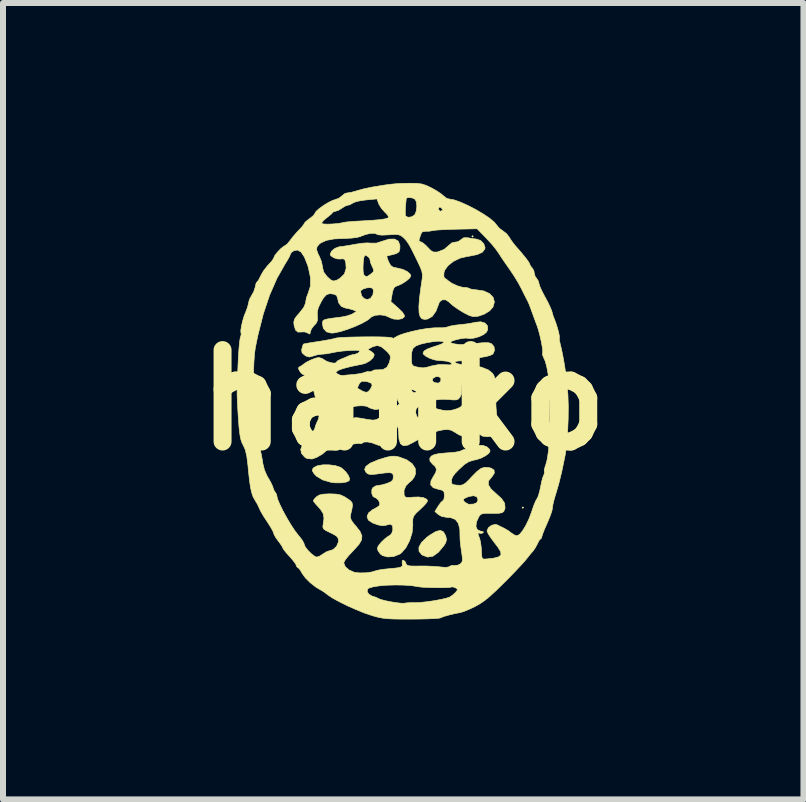
<source format=kicad_pcb>
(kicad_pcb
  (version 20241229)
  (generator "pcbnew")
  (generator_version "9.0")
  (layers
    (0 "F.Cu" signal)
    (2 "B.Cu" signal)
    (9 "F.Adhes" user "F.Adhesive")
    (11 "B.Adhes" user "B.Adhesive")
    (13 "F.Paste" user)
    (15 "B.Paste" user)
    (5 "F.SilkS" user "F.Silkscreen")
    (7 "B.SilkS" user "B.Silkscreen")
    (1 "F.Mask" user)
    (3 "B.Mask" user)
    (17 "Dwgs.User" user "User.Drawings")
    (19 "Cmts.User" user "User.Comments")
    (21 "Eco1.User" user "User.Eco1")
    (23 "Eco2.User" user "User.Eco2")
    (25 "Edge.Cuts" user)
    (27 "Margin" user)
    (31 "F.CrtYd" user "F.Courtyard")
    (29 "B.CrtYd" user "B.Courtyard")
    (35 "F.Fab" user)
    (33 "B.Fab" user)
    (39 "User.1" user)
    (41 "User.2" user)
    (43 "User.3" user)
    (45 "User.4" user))
  (footprint "hanko"
    (layer "F.Cu")
    (at 3.672 3.621)
    (property "Reference" "hanko" (at 0 0 0) (layer "F.SilkS") (effects (font (size 1.524 1.524) (thickness 0.3))))
    (attr through_hole)
    (fp_poly (pts (xy 1.168 -2.731) (xy 1.156 -2.718) (xy 1.143 -2.731) (xy 1.156 -2.743) (xy 1.168 -2.731)) (stroke (width 0.01) (type solid)) (fill yes) (layer "F.SilkS"))
    (fp_poly (pts (xy 2.007 1.791) (xy 1.994 1.803) (xy 1.981 1.791) (xy 1.994 1.778) (xy 2.007 1.791)) (stroke (width 0.01) (type solid)) (fill yes) (layer "F.SilkS"))
    (fp_poly (pts (xy 0.668 2.192) (xy 0.705 2.255) (xy 0.709 2.265) (xy 0.722 2.325) (xy 0.708 2.377) (xy 0.681 2.422) (xy 0.586 2.536) (xy 0.496 2.601) (xy 0.408 2.616) (xy 0.321 2.584) (xy 0.31 2.577) (xy 0.263 2.519) (xy 0.262 2.449) (xy 0.307 2.37) (xy 0.397 2.284) (xy 0.446 2.248) (xy 0.545 2.189) (xy 0.617 2.171) (xy 0.668 2.192)) (stroke (width 0.01) (type solid)) (fill yes) (layer "F.SilkS"))
    (fp_poly (pts (xy -1.133 1.091) (xy -1.05 1.118) (xy -1.024 1.133) (xy -0.959 1.193) (xy -0.913 1.257) (xy -0.893 1.312) (xy -0.902 1.343) (xy -0.953 1.366) (xy -1.037 1.378) (xy -1.137 1.378) (xy -1.206 1.369) (xy -1.343 1.329) (xy -1.448 1.266) (xy -1.491 1.219) (xy -1.516 1.175) (xy -1.507 1.142) (xy -1.488 1.122) (xy -1.43 1.093) (xy -1.34 1.078) (xy -1.236 1.078) (xy -1.133 1.091)) (stroke (width 0.01) (type solid)) (fill yes) (layer "F.SilkS"))
    (fp_poly (pts (xy -0.078 0.945) (xy -0.072 0.946) (xy 0.056 0.993) (xy 0.148 1.058) (xy 0.2 1.136) (xy 0.206 1.222) (xy 0.188 1.275) (xy 0.145 1.335) (xy 0.1 1.372) (xy 0.045 1.427) (xy 0.013 1.505) (xy 0.015 1.581) (xy 0.031 1.611) (xy 0.063 1.623) (xy 0.125 1.621) (xy 0.156 1.617) (xy 0.257 1.614) (xy 0.34 1.626) (xy 0.393 1.652) (xy 0.406 1.679) (xy 0.389 1.71) (xy 0.343 1.762) (xy 0.28 1.823) (xy 0.213 1.885) (xy 0.176 1.931) (xy 0.16 1.978) (xy 0.158 2.042) (xy 0.16 2.08) (xy 0.148 2.21) (xy 0.107 2.341) (xy 0.045 2.459) (xy -0.031 2.547) (xy -0.06 2.567) (xy -0.157 2.606) (xy -0.258 2.614) (xy -0.346 2.591) (xy -0.381 2.565) (xy -0.419 2.512) (xy -0.432 2.468) (xy -0.413 2.426) (xy -0.367 2.369) (xy -0.306 2.311) (xy -0.246 2.266) (xy -0.22 2.253) (xy -0.191 2.22) (xy -0.173 2.162) (xy -0.177 2.095) (xy -0.213 2.067) (xy -0.276 2.081) (xy -0.284 2.085) (xy -0.342 2.094) (xy -0.422 2.079) (xy -0.505 2.049) (xy -0.57 2.008) (xy -0.584 1.994) (xy -0.603 1.938) (xy -0.577 1.879) (xy -0.512 1.826) (xy -0.495 1.818) (xy -0.435 1.785) (xy -0.397 1.756) (xy -0.394 1.752) (xy -0.392 1.71) (xy -0.418 1.661) (xy -0.456 1.629) (xy -0.47 1.626) (xy -0.504 1.604) (xy -0.524 1.554) (xy -0.524 1.496) (xy -0.508 1.46) (xy -0.458 1.429) (xy -0.422 1.422) (xy -0.364 1.414) (xy -0.287 1.393) (xy -0.267 1.386) (xy -0.201 1.358) (xy -0.171 1.325) (xy -0.165 1.279) (xy -0.169 1.241) (xy -0.186 1.218) (xy -0.226 1.209) (xy -0.296 1.212) (xy -0.404 1.226) (xy -0.446 1.232) (xy -0.53 1.24) (xy -0.582 1.232) (xy -0.617 1.208) (xy -0.644 1.155) (xy -0.621 1.102) (xy -0.548 1.049) (xy -0.424 0.997) (xy -0.382 0.983) (xy -0.276 0.951) (xy -0.201 0.935) (xy -0.14 0.934) (xy -0.078 0.945)) (stroke (width 0.01) (type solid)) (fill yes) (layer "F.SilkS"))
    (fp_poly (pts (xy 1.364 -1.285) (xy 1.405 -1.239) (xy 1.409 -1.177) (xy 1.388 -1.133) (xy 1.341 -1.094) (xy 1.264 -1.058) (xy 1.179 -1.034) (xy 1.105 -1.027) (xy 1.081 -1.032) (xy 1.038 -1.035) (xy 0.97 -1.027) (xy 0.895 -1.011) (xy 0.83 -0.992) (xy 0.792 -0.973) (xy 0.787 -0.966) (xy 0.81 -0.949) (xy 0.868 -0.936) (xy 0.946 -0.927) (xy 1.029 -0.927) (xy 1.067 -0.93) (xy 1.209 -0.946) (xy 1.309 -0.956) (xy 1.378 -0.959) (xy 1.423 -0.957) (xy 1.455 -0.948) (xy 1.471 -0.941) (xy 1.513 -0.894) (xy 1.522 -0.83) (xy 1.497 -0.772) (xy 1.489 -0.765) (xy 1.444 -0.744) (xy 1.371 -0.725) (xy 1.343 -0.721) (xy 1.263 -0.706) (xy 1.199 -0.687) (xy 1.186 -0.681) (xy 1.135 -0.667) (xy 1.055 -0.658) (xy 1.002 -0.657) (xy 0.911 -0.653) (xy 0.866 -0.642) (xy 0.863 -0.627) (xy 0.898 -0.61) (xy 0.968 -0.594) (xy 1.068 -0.58) (xy 1.144 -0.574) (xy 1.301 -0.551) (xy 1.419 -0.504) (xy 1.486 -0.45) (xy 1.51 -0.416) (xy 1.526 -0.372) (xy 1.534 -0.304) (xy 1.538 -0.203) (xy 1.538 -0.153) (xy 1.541 -0.016) (xy 1.548 0.13) (xy 1.558 0.26) (xy 1.56 0.286) (xy 1.568 0.422) (xy 1.556 0.517) (xy 1.521 0.575) (xy 1.461 0.604) (xy 1.398 0.61) (xy 1.319 0.599) (xy 1.263 0.562) (xy 1.246 0.543) (xy 1.194 0.475) (xy 1.131 0.543) (xy 1.069 0.594) (xy 1.005 0.605) (xy 0.928 0.577) (xy 0.875 0.544) (xy 0.804 0.502) (xy 0.74 0.489) (xy 0.662 0.495) (xy 0.586 0.511) (xy 0.531 0.528) (xy 0.519 0.535) (xy 0.478 0.558) (xy 0.412 0.586) (xy 0.388 0.594) (xy 0.299 0.632) (xy 0.205 0.682) (xy 0.181 0.696) (xy 0.079 0.749) (xy 0.004 0.76) (xy -0.045 0.727) (xy -0.071 0.65) (xy -0.076 0.566) (xy -0.084 0.469) (xy -0.11 0.418) (xy -0.156 0.411) (xy -0.195 0.428) (xy -0.226 0.461) (xy -0.24 0.525) (xy -0.241 0.575) (xy -0.245 0.653) (xy -0.263 0.698) (xy -0.302 0.73) (xy -0.309 0.734) (xy -0.371 0.759) (xy -0.426 0.748) (xy -0.436 0.743) (xy -0.516 0.713) (xy -0.593 0.697) (xy -0.651 0.698) (xy -0.672 0.71) (xy -0.702 0.727) (xy -0.711 0.724) (xy -0.746 0.721) (xy -0.813 0.729) (xy -0.861 0.738) (xy -0.944 0.753) (xy -0.998 0.75) (xy -1.043 0.728) (xy -1.046 0.726) (xy -1.121 0.69) (xy -1.177 0.701) (xy -1.218 0.759) (xy -1.218 0.76) (xy -1.266 0.828) (xy -1.346 0.897) (xy -1.439 0.952) (xy -1.519 0.981) (xy -1.602 0.974) (xy -1.644 0.948) (xy -1.696 0.887) (xy -1.709 0.821) (xy -1.68 0.743) (xy -1.609 0.647) (xy -1.587 0.623) (xy -1.529 0.555) (xy -1.488 0.499) (xy -1.473 0.469) (xy -1.463 0.428) (xy -1.454 0.407) (xy -1.092 0.407) (xy -1.081 0.467) (xy -1.052 0.529) (xy -1.018 0.573) (xy -0.997 0.584) (xy -0.963 0.564) (xy -0.922 0.515) (xy -0.913 0.502) (xy -0.874 0.427) (xy -0.848 0.356) (xy -0.847 0.35) (xy -0.839 0.317) (xy -0.826 0.298) (xy -0.797 0.291) (xy -0.743 0.296) (xy -0.653 0.311) (xy -0.597 0.321) (xy -0.507 0.333) (xy -0.447 0.325) (xy -0.394 0.293) (xy -0.35 0.252) (xy -0.289 0.209) (xy 0.207 0.209) (xy 0.228 0.271) (xy 0.273 0.317) (xy 0.324 0.33) (xy 0.359 0.324) (xy 0.376 0.298) (xy 0.376 0.295) (xy 1.101 0.295) (xy 1.105 0.305) (xy 1.128 0.329) (xy 1.132 0.33) (xy 1.143 0.311) (xy 1.143 0.305) (xy 1.123 0.28) (xy 1.116 0.279) (xy 1.101 0.295) (xy 0.376 0.295) (xy 0.381 0.238) (xy 0.381 0.215) (xy 0.371 0.127) (xy 0.341 0.085) (xy 0.287 0.087) (xy 0.256 0.101) (xy 0.215 0.146) (xy 0.207 0.209) (xy -0.289 0.209) (xy -0.265 0.192) (xy -0.201 0.178) (xy -0.142 0.166) (xy -0.127 0.139) (xy -0.106 0.097) (xy -0.088 0.085) (xy -0.068 0.064) (xy 0.406 0.064) (xy 0.429 0.089) (xy 0.487 0.119) (xy 0.566 0.146) (xy 0.652 0.167) (xy 0.729 0.176) (xy 0.731 0.176) (xy 0.814 0.167) (xy 0.899 0.142) (xy 0.903 0.141) (xy 0.96 0.111) (xy 0.989 0.082) (xy 0.991 0.077) (xy 1.012 0.057) (xy 1.052 0.051) (xy 1.128 0.029) (xy 1.179 -0.026) (xy 1.194 -0.084) (xy 1.185 -0.164) (xy 1.163 -0.246) (xy 1.133 -0.313) (xy 1.103 -0.347) (xy 1.102 -0.347) (xy 1.049 -0.345) (xy 1.003 -0.305) (xy 0.975 -0.243) (xy 0.974 -0.187) (xy 0.968 -0.096) (xy 0.947 -0.051) (xy 0.92 -0.019) (xy 0.885 -0.005) (xy 0.826 -0.004) (xy 0.759 -0.011) (xy 0.656 -0.015) (xy 0.557 -0.006) (xy 0.475 0.013) (xy 0.421 0.04) (xy 0.406 0.064) (xy -0.068 0.064) (xy -0.064 0.061) (xy -0.073 0.041) (xy -0.094 -0.001) (xy -0.112 -0.069) (xy -0.115 -0.081) (xy -0.143 -0.161) (xy -0.191 -0.194) (xy -0.241 -0.187) (xy -0.266 -0.159) (xy -0.278 -0.095) (xy -0.279 -0.034) (xy -0.281 0.046) (xy -0.292 0.091) (xy -0.319 0.116) (xy -0.362 0.134) (xy -0.425 0.152) (xy -0.468 0.156) (xy -0.47 0.155) (xy -0.519 0.143) (xy -0.524 0.142) (xy -0.57 0.124) (xy -0.588 0.112) (xy -0.633 0.097) (xy -0.702 0.093) (xy -0.778 0.098) (xy -0.844 0.111) (xy -0.884 0.13) (xy -0.889 0.141) (xy -0.872 0.183) (xy -0.863 0.191) (xy -0.846 0.217) (xy -0.87 0.241) (xy -0.924 0.253) (xy -0.94 0.254) (xy -1.013 0.277) (xy -1.069 0.333) (xy -1.092 0.406) (xy -1.092 0.407) (xy -1.454 0.407) (xy -1.437 0.366) (xy -1.432 0.358) (xy -1.413 0.314) (xy -1.404 0.271) (xy -1.406 0.216) (xy -1.42 0.14) (xy -1.446 0.03) (xy -1.459 -0.025) (xy -1.472 -0.076) (xy -1.102 -0.076) (xy -1.096 -0.046) (xy -1.078 -0.024) (xy -1.03 0.008) (xy -0.995 0.012) (xy -0.946 0.004) (xy -0.932 0.002) (xy -0.919 -0.021) (xy -0.919 -0.07) (xy -0.944 -0.129) (xy -0.992 -0.149) (xy -1.053 -0.125) (xy -1.069 -0.112) (xy -1.102 -0.076) (xy -1.472 -0.076) (xy -1.501 -0.191) (xy -1.494 -0.197) (xy -0.76 -0.197) (xy -0.677 -0.15) (xy -0.623 -0.131) (xy -0.586 -0.14) (xy -0.553 -0.177) (xy -0.543 -0.192) (xy -0.518 -0.246) (xy -0.522 -0.257) (xy 0.13 -0.257) (xy 0.133 -0.195) (xy 0.146 -0.146) (xy 0.178 -0.124) (xy 0.221 -0.135) (xy 0.254 -0.171) (xy 0.26 -0.19) (xy 0.252 -0.255) (xy 0.212 -0.308) (xy 0.166 -0.326) (xy 0.484 -0.326) (xy 0.514 -0.296) (xy 0.583 -0.283) (xy 0.623 -0.311) (xy 0.626 -0.319) (xy 0.627 -0.369) (xy 0.589 -0.393) (xy 0.539 -0.39) (xy 0.494 -0.363) (xy 0.484 -0.326) (xy 0.166 -0.326) (xy 0.155 -0.33) (xy 0.137 -0.309) (xy 0.13 -0.257) (xy -0.522 -0.257) (xy -0.532 -0.282) (xy -0.591 -0.306) (xy -0.625 -0.313) (xy -0.686 -0.316) (xy -0.722 -0.29) (xy -0.737 -0.265) (xy -0.758 -0.218) (xy -0.76 -0.197) (xy -1.494 -0.197) (xy -1.424 -0.26) (xy -1.356 -0.309) (xy -1.287 -0.341) (xy -1.277 -0.344) (xy -1.207 -0.364) (xy -1.163 -0.382) (xy -1.118 -0.395) (xy -1.038 -0.408) (xy -0.936 -0.419) (xy -0.896 -0.422) (xy -0.792 -0.432) (xy -0.706 -0.445) (xy -0.651 -0.459) (xy -0.642 -0.464) (xy -0.592 -0.478) (xy -0.573 -0.474) (xy -0.531 -0.475) (xy -0.519 -0.485) (xy -0.484 -0.503) (xy -0.436 -0.505) (xy -0.337 -0.51) (xy -0.271 -0.549) (xy -0.231 -0.627) (xy -0.228 -0.639) (xy -0.214 -0.701) (xy 0.137 -0.701) (xy 0.137 -0.673) (xy 0.143 -0.606) (xy 0.164 -0.573) (xy 0.212 -0.557) (xy 0.216 -0.556) (xy 0.288 -0.542) (xy 0.34 -0.539) (xy 0.395 -0.549) (xy 0.47 -0.57) (xy 0.594 -0.594) (xy 0.703 -0.592) (xy 0.776 -0.588) (xy 0.811 -0.598) (xy 0.813 -0.603) (xy 0.789 -0.631) (xy 0.723 -0.65) (xy 0.623 -0.66) (xy 0.597 -0.66) (xy 0.523 -0.671) (xy 0.445 -0.697) (xy 0.377 -0.732) (xy 0.336 -0.768) (xy 0.33 -0.784) (xy 0.348 -0.82) (xy 0.405 -0.854) (xy 0.507 -0.891) (xy 0.54 -0.901) (xy 0.628 -0.931) (xy 0.671 -0.955) (xy 0.674 -0.972) (xy 0.642 -0.981) (xy 0.581 -0.983) (xy 0.497 -0.975) (xy 0.394 -0.958) (xy 0.294 -0.935) (xy 0.214 -0.906) (xy 0.165 -0.866) (xy 0.142 -0.801) (xy 0.137 -0.701) (xy -0.214 -0.701) (xy -0.213 -0.702) (xy -0.219 -0.746) (xy -0.25 -0.789) (xy -0.289 -0.828) (xy -0.366 -0.89) (xy -0.432 -0.911) (xy -0.503 -0.893) (xy -0.531 -0.879) (xy -0.593 -0.845) (xy -0.538 -0.815) (xy -0.495 -0.78) (xy -0.483 -0.753) (xy -0.505 -0.704) (xy -0.561 -0.653) (xy -0.635 -0.613) (xy -0.686 -0.599) (xy -0.868 -0.562) (xy -1.001 -0.528) (xy -1.084 -0.497) (xy -1.117 -0.469) (xy -1.118 -0.465) (xy -1.132 -0.44) (xy -1.182 -0.441) (xy -1.187 -0.442) (xy -1.252 -0.445) (xy -1.341 -0.436) (xy -1.397 -0.425) (xy -1.527 -0.403) (xy -1.62 -0.406) (xy -1.685 -0.436) (xy -1.721 -0.476) (xy -1.747 -0.526) (xy -1.739 -0.55) (xy -1.733 -0.553) (xy -1.687 -0.579) (xy -1.67 -0.594) (xy -1.617 -0.631) (xy -1.54 -0.67) (xy -1.463 -0.7) (xy -1.408 -0.711) (xy -1.352 -0.695) (xy -1.323 -0.676) (xy -1.276 -0.648) (xy -1.216 -0.627) (xy -1.158 -0.617) (xy -1.122 -0.622) (xy -1.118 -0.63) (xy -1.096 -0.654) (xy -1.044 -0.681) (xy -1.035 -0.685) (xy -0.965 -0.713) (xy -0.909 -0.738) (xy -0.908 -0.739) (xy -0.845 -0.759) (xy -0.816 -0.762) (xy -0.76 -0.78) (xy -0.737 -0.8) (xy -0.726 -0.819) (xy -0.741 -0.829) (xy -0.788 -0.832) (xy -0.876 -0.829) (xy -0.892 -0.828) (xy -1.002 -0.82) (xy -1.107 -0.806) (xy -1.181 -0.792) (xy -1.265 -0.775) (xy -1.342 -0.767) (xy -1.352 -0.767) (xy -1.428 -0.758) (xy -1.498 -0.737) (xy -1.561 -0.719) (xy -1.611 -0.731) (xy -1.64 -0.748) (xy -1.686 -0.789) (xy -1.694 -0.837) (xy -1.689 -0.859) (xy -1.674 -0.911) (xy -1.665 -0.934) (xy -1.639 -0.941) (xy -1.573 -0.953) (xy -1.479 -0.968) (xy -1.411 -0.978) (xy -1.303 -0.996) (xy -1.214 -1.012) (xy -1.156 -1.025) (xy -1.14 -1.03) (xy -1.104 -1.038) (xy -1.028 -1.045) (xy -0.923 -1.05) (xy -0.798 -1.053) (xy -0.664 -1.055) (xy -0.53 -1.056) (xy -0.405 -1.055) (xy -0.301 -1.052) (xy -0.226 -1.047) (xy -0.19 -1.04) (xy -0.189 -1.039) (xy -0.159 -1.031) (xy -0.131 -1.049) (xy -0.073 -1.08) (xy 0.022 -1.113) (xy 0.141 -1.145) (xy 0.272 -1.174) (xy 0.401 -1.195) (xy 0.515 -1.206) (xy 0.584 -1.207) (xy 0.664 -1.207) (xy 0.727 -1.217) (xy 0.741 -1.222) (xy 0.788 -1.236) (xy 0.867 -1.25) (xy 0.944 -1.259) (xy 1.048 -1.27) (xy 1.147 -1.286) (xy 1.2 -1.298) (xy 1.293 -1.307) (xy 1.364 -1.285)) (stroke (width 0.01) (type solid)) (fill yes) (layer "F.SilkS"))
    (fp_poly (pts (xy 0.226 -3.614) (xy 0.309 -3.604) (xy 0.383 -3.58) (xy 0.47 -3.539) (xy 0.47 -3.539) (xy 0.556 -3.49) (xy 0.63 -3.441) (xy 0.671 -3.406) (xy 0.723 -3.366) (xy 0.768 -3.353) (xy 0.848 -3.339) (xy 0.955 -3.301) (xy 1.08 -3.245) (xy 1.209 -3.178) (xy 1.333 -3.105) (xy 1.44 -3.033) (xy 1.518 -2.967) (xy 1.551 -2.927) (xy 1.603 -2.865) (xy 1.659 -2.824) (xy 1.722 -2.776) (xy 1.763 -2.723) (xy 1.805 -2.657) (xy 1.859 -2.586) (xy 1.866 -2.578) (xy 1.974 -2.454) (xy 2.052 -2.358) (xy 2.097 -2.294) (xy 2.108 -2.267) (xy 2.126 -2.231) (xy 2.146 -2.21) (xy 2.177 -2.16) (xy 2.184 -2.121) (xy 2.2 -2.061) (xy 2.223 -2.032) (xy 2.255 -1.981) (xy 2.261 -1.952) (xy 2.273 -1.908) (xy 2.305 -1.834) (xy 2.35 -1.746) (xy 2.362 -1.724) (xy 2.413 -1.63) (xy 2.453 -1.545) (xy 2.477 -1.485) (xy 2.479 -1.477) (xy 2.499 -1.405) (xy 2.517 -1.359) (xy 2.542 -1.294) (xy 2.568 -1.213) (xy 2.59 -1.133) (xy 2.603 -1.07) (xy 2.603 -1.041) (xy 2.602 -1.007) (xy 2.615 -0.947) (xy 2.617 -0.937) (xy 2.636 -0.86) (xy 2.658 -0.753) (xy 2.68 -0.634) (xy 2.698 -0.523) (xy 2.706 -0.457) (xy 2.713 -0.397) (xy 2.724 -0.309) (xy 2.733 -0.241) (xy 2.746 -0.086) (xy 2.752 0.103) (xy 2.75 0.311) (xy 2.741 0.521) (xy 2.726 0.719) (xy 2.705 0.888) (xy 2.695 0.94) (xy 2.644 1.186) (xy 2.593 1.395) (xy 2.544 1.562) (xy 2.54 1.573) (xy 2.513 1.665) (xy 2.494 1.747) (xy 2.489 1.792) (xy 2.479 1.845) (xy 2.451 1.928) (xy 2.411 2.025) (xy 2.4 2.05) (xy 2.359 2.143) (xy 2.328 2.221) (xy 2.312 2.27) (xy 2.311 2.277) (xy 2.3 2.308) (xy 2.292 2.311) (xy 2.27 2.332) (xy 2.242 2.384) (xy 2.238 2.394) (xy 2.201 2.463) (xy 2.163 2.517) (xy 2.161 2.518) (xy 2.12 2.566) (xy 2.068 2.631) (xy 2.057 2.645) (xy 2.018 2.692) (xy 1.95 2.766) (xy 1.862 2.86) (xy 1.76 2.965) (xy 1.685 3.04) (xy 1.555 3.168) (xy 1.45 3.265) (xy 1.361 3.338) (xy 1.281 3.393) (xy 1.199 3.439) (xy 1.196 3.441) (xy 1.1 3.486) (xy 1.013 3.522) (xy 0.952 3.541) (xy 0.946 3.542) (xy 0.856 3.559) (xy 0.762 3.582) (xy 0.681 3.605) (xy 0.63 3.625) (xy 0.623 3.629) (xy 0.59 3.636) (xy 0.515 3.641) (xy 0.407 3.646) (xy 0.274 3.649) (xy 0.14 3.65) (xy -0.03 3.65) (xy -0.16 3.648) (xy -0.26 3.643) (xy -0.342 3.634) (xy -0.415 3.62) (xy -0.49 3.6) (xy -0.52 3.591) (xy -0.645 3.549) (xy -0.785 3.492) (xy -0.93 3.428) (xy -1.065 3.361) (xy -1.179 3.299) (xy -1.258 3.246) (xy -1.262 3.243) (xy -1.32 3.198) (xy -1.339 3.186) (xy -0.602 3.186) (xy -0.577 3.231) (xy -0.525 3.264) (xy -0.512 3.268) (xy -0.45 3.288) (xy -0.416 3.306) (xy -0.374 3.323) (xy -0.298 3.343) (xy -0.204 3.362) (xy -0.108 3.377) (xy -0.027 3.386) (xy 0.022 3.385) (xy 0.025 3.384) (xy 0.072 3.378) (xy 0.148 3.375) (xy 0.191 3.376) (xy 0.278 3.373) (xy 0.389 3.361) (xy 0.51 3.344) (xy 0.625 3.323) (xy 0.72 3.301) (xy 0.779 3.281) (xy 0.781 3.28) (xy 0.833 3.242) (xy 0.872 3.205) (xy 0.903 3.166) (xy 0.898 3.145) (xy 0.869 3.127) (xy 0.824 3.112) (xy 0.805 3.115) (xy 0.774 3.121) (xy 0.706 3.125) (xy 0.613 3.126) (xy 0.509 3.125) (xy 0.406 3.122) (xy 0.318 3.118) (xy 0.257 3.111) (xy 0.252 3.11) (xy 0.139 3.092) (xy 0.006 3.083) (xy -0.136 3.081) (xy -0.276 3.085) (xy -0.403 3.096) (xy -0.506 3.113) (xy -0.574 3.134) (xy -0.59 3.145) (xy -0.602 3.186) (xy -1.339 3.186) (xy -1.368 3.168) (xy -1.372 3.167) (xy -1.457 3.116) (xy -1.549 3.044) (xy -1.629 2.965) (xy -1.682 2.893) (xy -1.685 2.888) (xy -1.719 2.829) (xy -1.748 2.797) (xy -1.755 2.794) (xy -1.777 2.774) (xy -1.779 2.762) (xy -1.795 2.728) (xy -1.838 2.671) (xy -1.893 2.608) (xy -1.951 2.543) (xy -1.992 2.491) (xy -2.007 2.466) (xy -2.021 2.435) (xy -2.058 2.381) (xy -2.083 2.349) (xy -2.128 2.286) (xy -2.155 2.235) (xy -2.159 2.219) (xy -2.173 2.183) (xy -2.209 2.118) (xy -2.26 2.038) (xy -2.271 2.021) (xy -2.328 1.935) (xy -2.373 1.857) (xy -2.4 1.803) (xy -2.401 1.799) (xy -2.429 1.737) (xy -2.471 1.668) (xy -2.472 1.665) (xy -2.502 1.613) (xy -2.526 1.543) (xy -2.547 1.448) (xy -2.565 1.32) (xy -2.583 1.152) (xy -2.588 1.092) (xy -2.607 0.94) (xy -2.632 0.83) (xy -2.662 0.762) (xy -2.688 0.711) (xy -2.708 0.651) (xy -2.723 0.572) (xy -2.736 0.466) (xy -2.747 0.326) (xy -2.757 0.165) (xy -2.763 0.064) (xy -2.766 -0.015) (xy -2.769 -0.084) (xy -2.769 -0.153) (xy -2.769 -0.156) (xy -2.499 -0.156) (xy -2.497 0.007) (xy -2.491 0.15) (xy -2.482 0.263) (xy -2.471 0.33) (xy -2.447 0.438) (xy -2.428 0.551) (xy -2.422 0.597) (xy -2.408 0.697) (xy -2.39 0.797) (xy -2.383 0.826) (xy -2.364 0.915) (xy -2.345 1.019) (xy -2.34 1.057) (xy -2.313 1.165) (xy -2.267 1.269) (xy -2.254 1.29) (xy -2.209 1.367) (xy -2.177 1.437) (xy -2.17 1.459) (xy -2.15 1.513) (xy -2.131 1.538) (xy -2.11 1.573) (xy -2.108 1.591) (xy -2.095 1.648) (xy -2.058 1.736) (xy -2.005 1.844) (xy -1.941 1.961) (xy -1.872 2.077) (xy -1.804 2.18) (xy -1.742 2.26) (xy -1.732 2.271) (xy -1.684 2.333) (xy -1.655 2.386) (xy -1.651 2.402) (xy -1.633 2.446) (xy -1.588 2.504) (xy -1.53 2.562) (xy -1.474 2.604) (xy -1.441 2.616) (xy -1.396 2.601) (xy -1.34 2.566) (xy -1.339 2.565) (xy -1.284 2.53) (xy -1.241 2.514) (xy -1.241 2.514) (xy -1.17 2.492) (xy -1.111 2.436) (xy -1.081 2.366) (xy -1.079 2.349) (xy -1.085 2.303) (xy -1.109 2.269) (xy -1.162 2.236) (xy -1.215 2.21) (xy -1.29 2.173) (xy -1.329 2.145) (xy -1.34 2.114) (xy -1.335 2.071) (xy -1.321 1.967) (xy -1.335 1.889) (xy -1.38 1.818) (xy -1.41 1.786) (xy -1.461 1.73) (xy -1.493 1.688) (xy -1.499 1.676) (xy -1.482 1.648) (xy -1.445 1.61) (xy -1.4 1.582) (xy -1.335 1.567) (xy -1.236 1.562) (xy -1.221 1.562) (xy -1.118 1.566) (xy -1.044 1.58) (xy -0.978 1.611) (xy -0.942 1.634) (xy -0.886 1.672) (xy -0.855 1.705) (xy -0.845 1.747) (xy -0.854 1.81) (xy -0.877 1.909) (xy -0.878 1.911) (xy -0.881 1.957) (xy -0.864 2.004) (xy -0.818 2.067) (xy -0.79 2.098) (xy -0.721 2.186) (xy -0.689 2.26) (xy -0.694 2.329) (xy -0.738 2.405) (xy -0.822 2.498) (xy -0.838 2.515) (xy -0.908 2.589) (xy -0.962 2.656) (xy -0.989 2.704) (xy -0.991 2.713) (xy -0.967 2.775) (xy -0.905 2.83) (xy -0.816 2.869) (xy -0.807 2.871) (xy -0.724 2.88) (xy -0.623 2.878) (xy -0.526 2.865) (xy -0.457 2.844) (xy -0.414 2.833) (xy -0.337 2.82) (xy -0.24 2.81) (xy -0.232 2.809) (xy -0.123 2.799) (xy -0.056 2.788) (xy -0.022 2.773) (xy -0.013 2.75) (xy -0.018 2.718) (xy -0.017 2.676) (xy -0.001 2.667) (xy 0.03 2.688) (xy 0.043 2.718) (xy 0.055 2.743) (xy 0.08 2.758) (xy 0.129 2.765) (xy 0.213 2.766) (xy 0.263 2.765) (xy 0.385 2.765) (xy 0.509 2.771) (xy 0.609 2.779) (xy 0.613 2.78) (xy 0.712 2.788) (xy 0.765 2.778) (xy 0.773 2.771) (xy 0.809 2.754) (xy 0.846 2.756) (xy 0.91 2.751) (xy 0.95 2.731) (xy 0.975 2.707) (xy 0.986 2.675) (xy 0.985 2.621) (xy 0.973 2.532) (xy 0.971 2.522) (xy 0.958 2.426) (xy 0.949 2.345) (xy 0.947 2.299) (xy 0.944 2.155) (xy 0.919 2.053) (xy 0.869 1.989) (xy 0.792 1.959) (xy 0.74 1.956) (xy 0.643 1.939) (xy 0.585 1.906) (xy 0.528 1.856) (xy 0.584 1.766) (xy 0.623 1.71) (xy 0.656 1.679) (xy 0.662 1.676) (xy 0.672 1.663) (xy 1 1.663) (xy 1.021 1.694) (xy 1.029 1.702) (xy 1.091 1.736) (xy 1.172 1.732) (xy 1.226 1.709) (xy 1.242 1.678) (xy 1.245 1.652) (xy 1.224 1.608) (xy 1.17 1.593) (xy 1.091 1.607) (xy 1.067 1.617) (xy 1.013 1.642) (xy 1 1.663) (xy 0.672 1.663) (xy 0.678 1.654) (xy 0.686 1.599) (xy 0.686 1.59) (xy 0.681 1.532) (xy 0.658 1.504) (xy 0.6 1.489) (xy 0.589 1.487) (xy 0.5 1.459) (xy 0.458 1.413) (xy 0.462 1.347) (xy 0.496 1.284) (xy 0.543 1.205) (xy 0.554 1.149) (xy 0.53 1.103) (xy 0.493 1.07) (xy 0.446 1.017) (xy 0.443 0.969) (xy 0.466 0.934) (xy 0.514 0.909) (xy 0.594 0.891) (xy 0.714 0.88) (xy 0.77 0.876) (xy 0.862 0.868) (xy 0.935 0.855) (xy 0.973 0.84) (xy 0.974 0.84) (xy 1.018 0.82) (xy 1.07 0.813) (xy 1.126 0.806) (xy 1.154 0.791) (xy 1.186 0.771) (xy 1.245 0.753) (xy 1.248 0.752) (xy 1.324 0.753) (xy 1.393 0.777) (xy 1.439 0.819) (xy 1.448 0.849) (xy 1.426 0.887) (xy 1.369 0.929) (xy 1.293 0.968) (xy 1.212 0.994) (xy 1.179 0.999) (xy 1.096 1.024) (xy 1.022 1.07) (xy 1.022 1.07) (xy 0.925 1.159) (xy 0.862 1.224) (xy 0.825 1.275) (xy 0.808 1.318) (xy 0.805 1.339) (xy 0.806 1.385) (xy 0.829 1.407) (xy 0.885 1.416) (xy 0.903 1.417) (xy 0.957 1.419) (xy 0.999 1.408) (xy 1.043 1.379) (xy 1.1 1.323) (xy 1.148 1.271) (xy 1.232 1.187) (xy 1.297 1.138) (xy 1.358 1.119) (xy 1.428 1.124) (xy 1.467 1.134) (xy 1.514 1.165) (xy 1.519 1.216) (xy 1.483 1.273) (xy 1.476 1.28) (xy 1.423 1.346) (xy 1.418 1.408) (xy 1.46 1.476) (xy 1.491 1.506) (xy 1.56 1.569) (xy 1.625 1.628) (xy 1.641 1.643) (xy 1.691 1.718) (xy 1.698 1.802) (xy 1.677 1.854) (xy 1.649 1.876) (xy 1.592 1.886) (xy 1.498 1.888) (xy 1.476 1.887) (xy 1.381 1.886) (xy 1.323 1.892) (xy 1.288 1.908) (xy 1.264 1.938) (xy 1.222 2.027) (xy 1.212 2.104) (xy 1.235 2.159) (xy 1.288 2.184) (xy 1.298 2.184) (xy 1.333 2.194) (xy 1.334 2.209) (xy 1.301 2.223) (xy 1.282 2.219) (xy 1.253 2.212) (xy 1.247 2.229) (xy 1.264 2.281) (xy 1.273 2.303) (xy 1.29 2.37) (xy 1.301 2.462) (xy 1.304 2.515) (xy 1.308 2.594) (xy 1.317 2.635) (xy 1.339 2.649) (xy 1.382 2.648) (xy 1.384 2.648) (xy 1.513 2.633) (xy 1.594 2.611) (xy 1.63 2.577) (xy 1.624 2.525) (xy 1.578 2.45) (xy 1.524 2.38) (xy 1.464 2.3) (xy 1.419 2.231) (xy 1.398 2.185) (xy 1.397 2.179) (xy 1.419 2.127) (xy 1.471 2.087) (xy 1.532 2.071) (xy 1.566 2.078) (xy 1.624 2.107) (xy 1.682 2.135) (xy 1.752 2.176) (xy 1.802 2.214) (xy 1.856 2.249) (xy 1.898 2.261) (xy 1.939 2.238) (xy 1.99 2.177) (xy 2.044 2.088) (xy 2.096 1.98) (xy 2.14 1.864) (xy 2.147 1.841) (xy 2.177 1.754) (xy 2.207 1.682) (xy 2.227 1.648) (xy 2.25 1.603) (xy 2.273 1.525) (xy 2.29 1.445) (xy 2.308 1.356) (xy 2.327 1.286) (xy 2.342 1.252) (xy 2.356 1.212) (xy 2.352 1.198) (xy 2.351 1.16) (xy 2.368 1.1) (xy 2.373 1.089) (xy 2.398 0.997) (xy 2.419 0.863) (xy 2.434 0.696) (xy 2.441 0.504) (xy 2.441 0.297) (xy 2.441 0.267) (xy 2.438 0.131) (xy 2.436 -0.001) (xy 2.436 -0.113) (xy 2.436 -0.178) (xy 2.432 -0.297) (xy 2.417 -0.425) (xy 2.395 -0.546) (xy 2.369 -0.646) (xy 2.343 -0.704) (xy 2.322 -0.755) (xy 2.324 -0.787) (xy 2.326 -0.822) (xy 2.317 -0.892) (xy 2.3 -0.983) (xy 2.278 -1.081) (xy 2.254 -1.171) (xy 2.234 -1.232) (xy 2.215 -1.283) (xy 2.186 -1.362) (xy 2.164 -1.422) (xy 2.127 -1.524) (xy 2.102 -1.59) (xy 2.085 -1.631) (xy 2.07 -1.661) (xy 2.062 -1.676) (xy 2.04 -1.718) (xy 2.004 -1.79) (xy 1.968 -1.863) (xy 1.918 -1.956) (xy 1.85 -2.068) (xy 1.777 -2.177) (xy 1.766 -2.193) (xy 1.7 -2.287) (xy 1.639 -2.376) (xy 1.595 -2.445) (xy 1.586 -2.458) (xy 1.545 -2.516) (xy 1.481 -2.595) (xy 1.404 -2.679) (xy 1.385 -2.7) (xy 1.232 -2.857) (xy 0.889 -2.85) (xy 0.758 -2.846) (xy 0.642 -2.841) (xy 0.552 -2.835) (xy 0.5 -2.828) (xy 0.495 -2.827) (xy 0.43 -2.816) (xy 0.378 -2.816) (xy 0.32 -2.807) (xy 0.298 -2.777) (xy 0.276 -2.711) (xy 0.267 -2.686) (xy 0.264 -2.649) (xy 0.287 -2.642) (xy 0.325 -2.624) (xy 0.379 -2.578) (xy 0.406 -2.55) (xy 0.46 -2.494) (xy 0.504 -2.47) (xy 0.558 -2.469) (xy 0.58 -2.473) (xy 0.683 -2.514) (xy 0.745 -2.567) (xy 0.812 -2.624) (xy 0.864 -2.634) (xy 0.918 -2.643) (xy 0.957 -2.672) (xy 1.01 -2.708) (xy 1.079 -2.707) (xy 1.161 -2.693) (xy 1.225 -2.685) (xy 1.293 -2.66) (xy 1.343 -2.607) (xy 1.364 -2.544) (xy 1.36 -2.518) (xy 1.319 -2.466) (xy 1.233 -2.427) (xy 1.099 -2.4) (xy 1.072 -2.397) (xy 0.949 -2.368) (xy 0.837 -2.314) (xy 0.747 -2.243) (xy 0.69 -2.164) (xy 0.679 -2.124) (xy 0.677 -2.067) (xy 0.688 -2.036) (xy 0.689 -2.036) (xy 0.726 -2.012) (xy 0.743 -1.996) (xy 0.81 -1.949) (xy 0.9 -1.907) (xy 0.986 -1.882) (xy 1.016 -1.88) (xy 1.073 -1.874) (xy 1.102 -1.862) (xy 1.137 -1.849) (xy 1.2 -1.841) (xy 1.214 -1.84) (xy 1.341 -1.821) (xy 1.437 -1.778) (xy 1.499 -1.714) (xy 1.52 -1.637) (xy 1.496 -1.551) (xy 1.496 -1.551) (xy 1.438 -1.487) (xy 1.349 -1.433) (xy 1.25 -1.399) (xy 1.161 -1.393) (xy 1.096 -1.414) (xy 1.009 -1.458) (xy 0.915 -1.516) (xy 0.83 -1.576) (xy 0.769 -1.63) (xy 0.764 -1.636) (xy 0.71 -1.672) (xy 0.651 -1.673) (xy 0.606 -1.64) (xy 0.597 -1.619) (xy 0.546 -1.484) (xy 0.484 -1.396) (xy 0.408 -1.353) (xy 0.358 -1.346) (xy 0.312 -1.357) (xy 0.281 -1.394) (xy 0.264 -1.46) (xy 0.261 -1.56) (xy 0.271 -1.7) (xy 0.295 -1.882) (xy 0.304 -1.943) (xy 0.317 -2.031) (xy 0.32 -2.095) (xy 0.309 -2.152) (xy 0.283 -2.22) (xy 0.24 -2.311) (xy 0.175 -2.444) (xy 0.127 -2.539) (xy 0.089 -2.606) (xy 0.056 -2.653) (xy 0.024 -2.69) (xy 0.002 -2.711) (xy -0.037 -2.742) (xy -0.078 -2.758) (xy -0.137 -2.763) (xy -0.228 -2.757) (xy -0.246 -2.756) (xy -0.356 -2.751) (xy -0.424 -2.758) (xy -0.444 -2.769) (xy -0.48 -2.782) (xy -0.545 -2.78) (xy -0.626 -2.762) (xy -0.704 -2.733) (xy -0.712 -2.729) (xy -0.769 -2.713) (xy -0.859 -2.702) (xy -0.966 -2.696) (xy -0.979 -2.696) (xy -1.151 -2.688) (xy -1.28 -2.664) (xy -1.373 -2.622) (xy -1.401 -2.6) (xy -1.437 -2.556) (xy -1.444 -2.508) (xy -1.42 -2.44) (xy -1.397 -2.394) (xy -1.364 -2.313) (xy -1.347 -2.232) (xy -1.346 -2.218) (xy -1.326 -2.136) (xy -1.268 -2.059) (xy -1.208 -2.005) (xy -1.161 -1.986) (xy -1.109 -2) (xy -1.054 -2.032) (xy -0.981 -2.103) (xy -0.951 -2.199) (xy -0.953 -2.221) (xy -0.67 -2.221) (xy -0.668 -2.146) (xy -0.659 -2.096) (xy -0.656 -2.09) (xy -0.626 -2.063) (xy -0.594 -2.066) (xy -0.543 -2.1) (xy -0.537 -2.105) (xy -0.498 -2.139) (xy -0.492 -2.17) (xy -0.513 -2.221) (xy -0.518 -2.23) (xy -0.544 -2.291) (xy -0.553 -2.335) (xy -0.553 -2.338) (xy -0.564 -2.37) (xy -0.598 -2.401) (xy -0.632 -2.416) (xy -0.643 -2.412) (xy -0.657 -2.373) (xy -0.666 -2.303) (xy -0.67 -2.221) (xy -0.953 -2.221) (xy -0.958 -2.295) (xy -0.975 -2.345) (xy -1.009 -2.358) (xy -1.041 -2.353) (xy -1.101 -2.355) (xy -1.163 -2.377) (xy -1.208 -2.409) (xy -1.218 -2.433) (xy -1.194 -2.485) (xy -1.138 -2.531) (xy -1.069 -2.557) (xy -1.06 -2.558) (xy -0.994 -2.566) (xy -0.898 -2.581) (xy -0.794 -2.6) (xy -0.792 -2.6) (xy -0.69 -2.616) (xy -0.6 -2.622) (xy -0.539 -2.618) (xy -0.538 -2.618) (xy -0.447 -2.618) (xy -0.36 -2.646) (xy -0.237 -2.685) (xy -0.144 -2.686) (xy -0.082 -2.651) (xy -0.055 -2.58) (xy -0.056 -2.521) (xy -0.07 -2.474) (xy -0.109 -2.446) (xy -0.165 -2.429) (xy -0.23 -2.414) (xy -0.269 -2.403) (xy -0.273 -2.401) (xy -0.269 -2.376) (xy -0.25 -2.323) (xy -0.243 -2.306) (xy -0.21 -2.246) (xy -0.166 -2.216) (xy -0.102 -2.203) (xy -0.006 -2.18) (xy 0.071 -2.142) (xy 0.119 -2.097) (xy 0.127 -2.07) (xy 0.106 -2.035) (xy 0.055 -1.99) (xy -0.013 -1.945) (xy -0.081 -1.912) (xy -0.115 -1.901) (xy -0.149 -1.88) (xy -0.173 -1.825) (xy -0.185 -1.768) (xy -0.206 -1.643) (xy -0.086 -1.538) (xy -0.014 -1.468) (xy 0.018 -1.418) (xy 0.018 -1.389) (xy -0.017 -1.359) (xy -0.082 -1.347) (xy -0.158 -1.352) (xy -0.225 -1.376) (xy -0.24 -1.385) (xy -0.304 -1.412) (xy -0.386 -1.422) (xy -0.468 -1.414) (xy -0.527 -1.39) (xy -0.535 -1.382) (xy -0.593 -1.335) (xy -0.688 -1.281) (xy -0.805 -1.228) (xy -0.931 -1.18) (xy -1.052 -1.142) (xy -1.155 -1.121) (xy -1.197 -1.118) (xy -1.279 -1.139) (xy -1.332 -1.198) (xy -1.346 -1.27) (xy -1.345 -1.301) (xy -1.337 -1.324) (xy -1.314 -1.34) (xy -1.267 -1.353) (xy -1.188 -1.366) (xy -1.07 -1.381) (xy -1.029 -1.386) (xy -0.94 -1.404) (xy -0.863 -1.43) (xy -0.839 -1.442) (xy -0.777 -1.481) (xy -0.839 -1.506) (xy -0.913 -1.527) (xy -0.962 -1.535) (xy -1.03 -1.562) (xy -1.078 -1.625) (xy -1.092 -1.693) (xy -1.111 -1.746) (xy -1.154 -1.767) (xy -1.226 -1.776) (xy -1.281 -1.757) (xy -1.331 -1.702) (xy -1.371 -1.634) (xy -1.416 -1.541) (xy -1.433 -1.466) (xy -1.431 -1.406) (xy -1.428 -1.333) (xy -1.451 -1.281) (xy -1.484 -1.247) (xy -1.528 -1.191) (xy -1.549 -1.14) (xy -1.549 -1.135) (xy -1.556 -1.102) (xy -1.582 -1.113) (xy -1.587 -1.117) (xy -1.641 -1.138) (xy -1.687 -1.137) (xy -1.755 -1.135) (xy -1.795 -1.168) (xy -1.818 -1.242) (xy -1.82 -1.25) (xy -1.824 -1.306) (xy -1.811 -1.353) (xy -1.772 -1.407) (xy -1.73 -1.454) (xy -1.657 -1.548) (xy -1.626 -1.624) (xy -1.626 -1.636) (xy -1.614 -1.707) (xy -1.585 -1.783) (xy -1.585 -1.783) (xy -1.575 -1.813) (xy -0.711 -1.813) (xy -0.694 -1.739) (xy -0.652 -1.693) (xy -0.598 -1.678) (xy -0.545 -1.697) (xy -0.507 -1.754) (xy -0.504 -1.765) (xy -0.497 -1.825) (xy -0.507 -1.863) (xy -0.548 -1.876) (xy -0.608 -1.872) (xy -0.668 -1.853) (xy -0.706 -1.827) (xy -0.711 -1.813) (xy -1.575 -1.813) (xy -1.547 -1.902) (xy -1.546 -2.043) (xy -1.582 -2.213) (xy -1.595 -2.255) (xy -1.648 -2.387) (xy -1.703 -2.469) (xy -1.762 -2.503) (xy -1.827 -2.49) (xy -1.827 -2.49) (xy -1.868 -2.458) (xy -1.88 -2.435) (xy -1.893 -2.401) (xy -1.926 -2.34) (xy -1.965 -2.278) (xy -2.104 -2.033) (xy -2.226 -1.755) (xy -2.332 -1.439) (xy -2.423 -1.08) (xy -2.465 -0.876) (xy -2.478 -0.781) (xy -2.488 -0.65) (xy -2.495 -0.495) (xy -2.499 -0.327) (xy -2.499 -0.156) (xy -2.769 -0.156) (xy -2.768 -0.232) (xy -2.764 -0.332) (xy -2.759 -0.463) (xy -2.753 -0.61) (xy -2.746 -0.749) (xy -2.737 -0.873) (xy -2.728 -0.971) (xy -2.718 -1.033) (xy -2.714 -1.048) (xy -2.7 -1.096) (xy -2.704 -1.116) (xy -2.708 -1.157) (xy -2.698 -1.229) (xy -2.678 -1.318) (xy -2.651 -1.407) (xy -2.626 -1.468) (xy -2.598 -1.542) (xy -2.581 -1.606) (xy -2.581 -1.609) (xy -2.566 -1.672) (xy -2.551 -1.703) (xy -2.491 -1.811) (xy -2.465 -1.892) (xy -2.464 -1.906) (xy -2.451 -1.954) (xy -2.438 -1.969) (xy -2.412 -2.001) (xy -2.381 -2.061) (xy -2.374 -2.077) (xy -2.331 -2.153) (xy -2.269 -2.233) (xy -2.247 -2.257) (xy -2.195 -2.314) (xy -2.163 -2.359) (xy -2.158 -2.373) (xy -2.14 -2.413) (xy -2.096 -2.469) (xy -2.042 -2.525) (xy -1.992 -2.565) (xy -1.976 -2.573) (xy -1.933 -2.604) (xy -1.889 -2.658) (xy -1.888 -2.659) (xy -1.842 -2.72) (xy -1.779 -2.793) (xy -1.747 -2.827) (xy -1.693 -2.884) (xy -1.658 -2.929) (xy -1.651 -2.944) (xy -1.65 -2.945) (xy -1.358 -2.945) (xy -1.328 -2.937) (xy -1.264 -2.934) (xy -1.181 -2.937) (xy -1.094 -2.944) (xy -1.021 -2.956) (xy -0.991 -2.963) (xy -0.95 -2.97) (xy -0.871 -2.977) (xy -0.769 -2.984) (xy -0.711 -2.987) (xy -0.521 -2.998) (xy -0.38 -3.01) (xy -0.289 -3.025) (xy -0.245 -3.043) (xy -0.243 -3.046) (xy -0.252 -3.074) (xy -0.29 -3.119) (xy -0.308 -3.135) (xy -0.311 -3.139) (xy 0.034 -3.139) (xy 0.036 -3.084) (xy 0.04 -3.07) (xy 0.079 -3.049) (xy 0.135 -3.055) (xy 0.185 -3.083) (xy 0.193 -3.092) (xy 0.218 -3.153) (xy 0.222 -3.19) (xy 0.584 -3.19) (xy 0.605 -3.155) (xy 0.624 -3.15) (xy 0.654 -3.164) (xy 0.655 -3.18) (xy 0.629 -3.213) (xy 0.599 -3.218) (xy 0.584 -3.19) (xy 0.222 -3.19) (xy 0.227 -3.231) (xy 0.219 -3.305) (xy 0.198 -3.348) (xy 0.158 -3.369) (xy 0.105 -3.378) (xy 0.062 -3.373) (xy 0.05 -3.359) (xy 0.047 -3.325) (xy 0.041 -3.258) (xy 0.037 -3.216) (xy 0.034 -3.139) (xy -0.311 -3.139) (xy -0.365 -3.2) (xy -0.407 -3.27) (xy -0.411 -3.28) (xy -0.438 -3.355) (xy -0.619 -3.338) (xy -0.715 -3.325) (xy -0.794 -3.306) (xy -0.84 -3.287) (xy -0.84 -3.286) (xy -0.891 -3.257) (xy -0.919 -3.251) (xy -0.966 -3.236) (xy -1.023 -3.201) (xy -1.023 -3.2) (xy -1.08 -3.165) (xy -1.126 -3.15) (xy -1.126 -3.15) (xy -1.165 -3.139) (xy -1.173 -3.131) (xy -1.197 -3.105) (xy -1.247 -3.063) (xy -1.277 -3.04) (xy -1.33 -2.994) (xy -1.358 -2.957) (xy -1.358 -2.945) (xy -1.65 -2.945) (xy -1.632 -2.97) (xy -1.584 -3.01) (xy -1.562 -3.026) (xy -1.507 -3.069) (xy -1.476 -3.105) (xy -1.473 -3.113) (xy -1.453 -3.147) (xy -1.4 -3.194) (xy -1.327 -3.247) (xy -1.248 -3.295) (xy -1.177 -3.33) (xy -1.143 -3.341) (xy -1.073 -3.366) (xy -1.023 -3.404) (xy -1.021 -3.407) (xy -0.971 -3.446) (xy -0.932 -3.455) (xy -0.873 -3.463) (xy -0.795 -3.484) (xy -0.77 -3.492) (xy -0.661 -3.522) (xy -0.508 -3.554) (xy -0.317 -3.585) (xy -0.203 -3.6) (xy -0.12 -3.608) (xy -0.01 -3.614) (xy 0.106 -3.616) (xy 0.114 -3.616) (xy 0.226 -3.614)) (stroke (width 0.01) (type solid)) (fill yes) (layer "F.SilkS")))
  (gr_rect
    (start -3 -3)
    (end 10.344 10.277)
    (stroke (width 0.1) (type default))
    (fill no)
    (layer "Edge.Cuts")))
</source>
